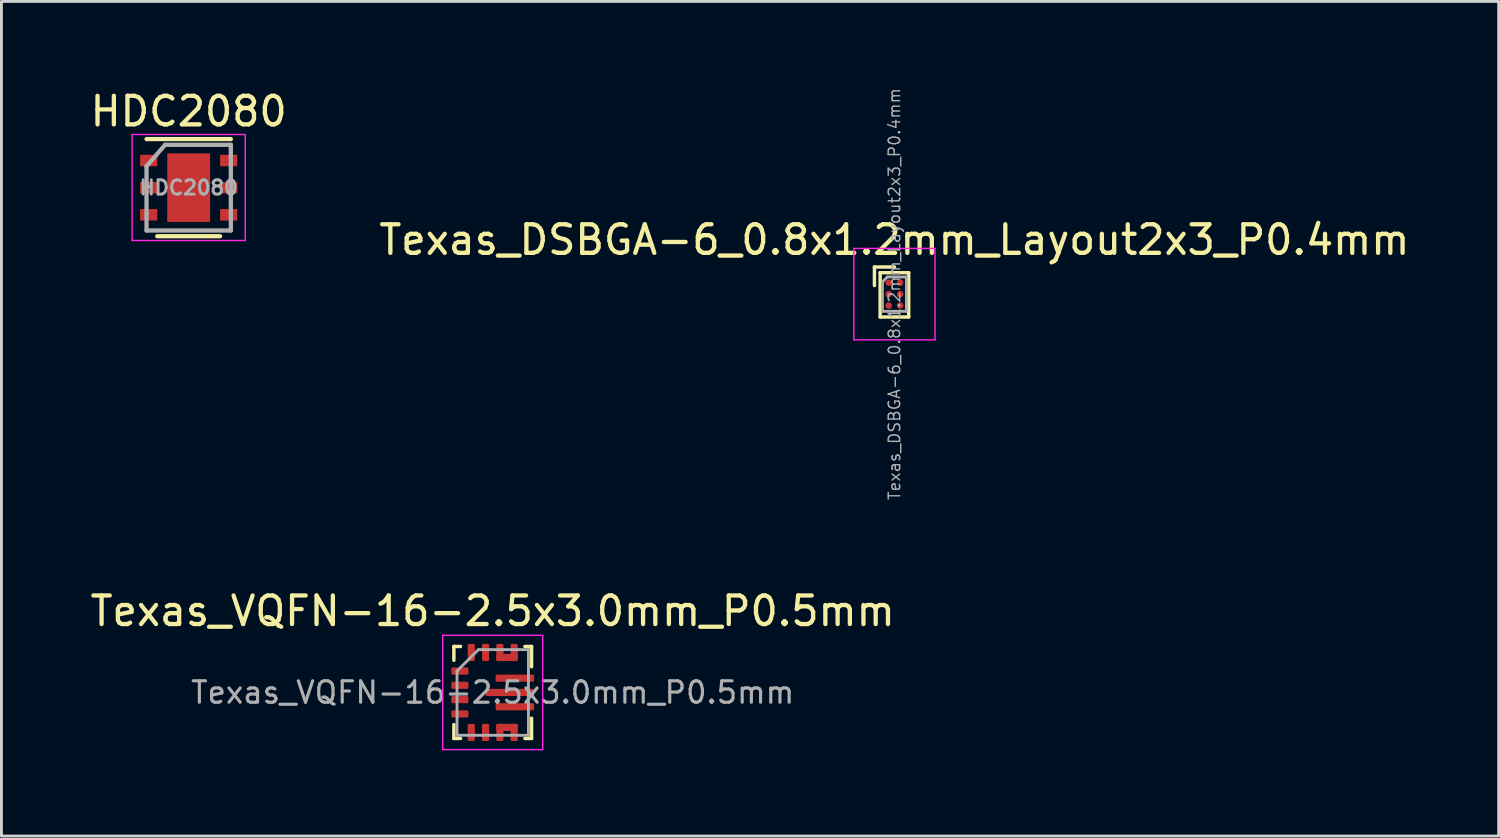
<source format=kicad_pcb>
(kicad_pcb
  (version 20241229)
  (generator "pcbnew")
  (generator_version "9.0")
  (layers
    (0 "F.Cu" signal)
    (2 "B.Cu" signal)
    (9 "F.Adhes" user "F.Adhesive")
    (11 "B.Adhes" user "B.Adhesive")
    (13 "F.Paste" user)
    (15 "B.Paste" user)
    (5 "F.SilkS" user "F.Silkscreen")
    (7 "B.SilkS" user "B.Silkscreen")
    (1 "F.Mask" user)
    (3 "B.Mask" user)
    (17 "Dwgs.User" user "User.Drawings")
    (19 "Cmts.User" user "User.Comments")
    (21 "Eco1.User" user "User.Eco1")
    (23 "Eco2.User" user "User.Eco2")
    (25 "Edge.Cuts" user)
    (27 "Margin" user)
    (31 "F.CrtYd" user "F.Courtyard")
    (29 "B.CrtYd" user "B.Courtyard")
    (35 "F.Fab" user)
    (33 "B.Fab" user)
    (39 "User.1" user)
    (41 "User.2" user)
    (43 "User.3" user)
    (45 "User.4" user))
  (footprint "Texas_DSBGA-6_0.8x1.2mm_Layout2x3_P0.4mm"
    (layer "F.Cu")
    (at 28.256 7.245)
    (property "Reference" "Texas_DSBGA-6_0.8x1.2mm_Layout2x3_P0.4mm" (at 0 -1.9 0) (layer "F.SilkS") (effects (font (size 1 1) (thickness 0.15))))
    (attr smd)
    (fp_line (start -0.7 -0.95) (end -0.7 -0.3) (stroke (width 0.12) (type solid)) (layer "F.SilkS"))
    (fp_line (start -0.5 -0.75) (end -0.5 0.8) (stroke (width 0.12) (type solid)) (layer "F.SilkS"))
    (fp_line (start -0.5 0.8) (end 0.5 0.8) (stroke (width 0.12) (type solid)) (layer "F.SilkS"))
    (fp_line (start 0 -0.95) (end -0.7 -0.95) (stroke (width 0.12) (type solid)) (layer "F.SilkS"))
    (fp_line (start 0.5 -0.75) (end -0.5 -0.75) (stroke (width 0.12) (type solid)) (layer "F.SilkS"))
    (fp_line (start 0.5 -0.75) (end 0.5 0.8) (stroke (width 0.12) (type solid)) (layer "F.SilkS"))
    (fp_line (start -1.42 -1.6) (end -1.42 1.6) (stroke (width 0.05) (type solid)) (layer "F.CrtYd"))
    (fp_line (start -1.42 -1.6) (end 1.42 -1.6) (stroke (width 0.05) (type solid)) (layer "F.CrtYd"))
    (fp_line (start 1.42 1.6) (end -1.42 1.6) (stroke (width 0.05) (type solid)) (layer "F.CrtYd"))
    (fp_line (start 1.42 1.6) (end 1.42 -1.6) (stroke (width 0.05) (type solid)) (layer "F.CrtYd"))
    (fp_line (start -0.42 -0.43) (end -0.42 0.6) (stroke (width 0.1) (type solid)) (layer "F.Fab"))
    (fp_line (start -0.42 -0.43) (end -0.25 -0.6) (stroke (width 0.1) (type solid)) (layer "F.Fab"))
    (fp_line (start -0.42 0.6) (end 0.42 0.6) (stroke (width 0.1) (type solid)) (layer "F.Fab"))
    (fp_line (start 0.42 -0.6) (end -0.25 -0.6) (stroke (width 0.1) (type solid)) (layer "F.Fab"))
    (fp_line (start 0.42 0.6) (end 0.42 -0.6) (stroke (width 0.1) (type solid)) (layer "F.Fab"))
    (fp_text user "${REFERENCE}" (at 0 0 90) (layer "F.Fab") (effects (font (size 0.4 0.4) (thickness 0.05))))
    (pad "" smd rect (at -0.2 -0.4) (size 0.3 0.3) (layers "F.Paste"))
    (pad "" smd rect (at -0.2 0) (size 0.3 0.3) (layers "F.Paste"))
    (pad "" smd rect (at -0.2 0.4) (size 0.3 0.3) (layers "F.Paste"))
    (pad "" smd rect (at 0.2 -0.4) (size 0.3 0.3) (layers "F.Paste"))
    (pad "" smd rect (at 0.2 0) (size 0.3 0.3) (layers "F.Paste"))
    (pad "" smd rect (at 0.2 0.4) (size 0.3 0.3) (layers "F.Paste"))
    (pad "A1" smd circle (at -0.2 -0.4) (size 0.23 0.23) (layers "F.Cu" "F.Mask"))
    (pad "A2" smd circle (at 0.2 -0.4) (size 0.23 0.23) (layers "F.Cu" "F.Mask"))
    (pad "B1" smd circle (at -0.2 0) (size 0.23 0.23) (layers "F.Cu" "F.Mask"))
    (pad "B2" smd circle (at 0.2 0) (size 0.23 0.23) (layers "F.Cu" "F.Mask"))
    (pad "C1" smd circle (at -0.2 0.4) (size 0.23 0.23) (layers "F.Cu" "F.Mask"))
    (pad "C2" smd circle (at 0.2 0.4) (size 0.23 0.23) (layers "F.Cu" "F.Mask")))
  (footprint "Texas_VQFN-16-2.5x3.0mm_P0.5mm"
    (layer "F.Cu")
    (at 14.196 21.187)
    (property "Reference" "Texas_VQFN-16-2.5x3.0mm_P0.5mm" (at 0 -2.85 0) (layer "F.SilkS") (effects (font (size 1 1) (thickness 0.15))))
    (attr smd)
    (fp_line (start -1.36 -1.61) (end -1.36 -1.125) (stroke (width 0.12) (type solid)) (layer "F.SilkS"))
    (fp_line (start -1.36 -1.61) (end -1.125 -1.61) (stroke (width 0.12) (type solid)) (layer "F.SilkS"))
    (fp_line (start -1.36 1.61) (end -1.36 1.125) (stroke (width 0.12) (type solid)) (layer "F.SilkS"))
    (fp_line (start -1.36 1.61) (end -1.125 1.61) (stroke (width 0.12) (type solid)) (layer "F.SilkS"))
    (fp_line (start 1.36 -1.61) (end 1.125 -1.61) (stroke (width 0.12) (type solid)) (layer "F.SilkS"))
    (fp_line (start 1.36 -1.61) (end 1.36 -0.9) (stroke (width 0.12) (type solid)) (layer "F.SilkS"))
    (fp_line (start 1.36 1.61) (end 1.125 1.61) (stroke (width 0.12) (type solid)) (layer "F.SilkS"))
    (fp_line (start 1.36 1.61) (end 1.36 0.9) (stroke (width 0.12) (type solid)) (layer "F.SilkS"))
    (fp_line (start -1.75 -2) (end -1.75 2) (stroke (width 0.05) (type solid)) (layer "F.CrtYd"))
    (fp_line (start -1.75 -2) (end 1.75 -2) (stroke (width 0.05) (type solid)) (layer "F.CrtYd"))
    (fp_line (start -1.75 2) (end 1.75 2) (stroke (width 0.05) (type solid)) (layer "F.CrtYd"))
    (fp_line (start 1.75 -2) (end 1.75 2) (stroke (width 0.05) (type solid)) (layer "F.CrtYd"))
    (fp_line (start -1.25 -0.75) (end -0.5 -1.5) (stroke (width 0.1) (type solid)) (layer "F.Fab"))
    (fp_line (start -1.25 1.5) (end -1.25 -0.75) (stroke (width 0.1) (type solid)) (layer "F.Fab"))
    (fp_line (start -0.5 -1.5) (end 1.25 -1.5) (stroke (width 0.1) (type solid)) (layer "F.Fab"))
    (fp_line (start 1.25 -1.5) (end 1.25 1.5) (stroke (width 0.1) (type solid)) (layer "F.Fab"))
    (fp_line (start 1.25 1.5) (end -1.25 1.5) (stroke (width 0.1) (type solid)) (layer "F.Fab"))
    (fp_text user "${REFERENCE}" (at 0 0 0) (layer "F.Fab") (effects (font (size 0.75 0.75) (thickness 0.11))))
    (pad "1" smd roundrect (at -1.15 -0.75) (size 0.6 0.25) (layers "F.Cu" "F.Mask" "F.Paste") (roundrect_rratio 0.2))
    (pad "2" smd roundrect (at -1.15 -0.25) (size 0.6 0.25) (layers "F.Cu" "F.Mask" "F.Paste") (roundrect_rratio 0.2))
    (pad "3" smd roundrect (at -1.15 0.25) (size 0.6 0.25) (layers "F.Cu" "F.Mask" "F.Paste") (roundrect_rratio 0.2))
    (pad "4" smd roundrect (at -1.15 0.75) (size 0.6 0.25) (layers "F.Cu" "F.Mask" "F.Paste") (roundrect_rratio 0.2))
    (pad "5" smd roundrect (at -0.75 1.4 90) (size 0.6 0.25) (layers "F.Cu" "F.Mask" "F.Paste") (roundrect_rratio 0.2))
    (pad "6" smd roundrect (at -0.25 1.4 90) (size 0.6 0.25) (layers "F.Cu" "F.Mask" "F.Paste") (roundrect_rratio 0.2))
    (pad "7" smd roundrect (at 0.25 1.4 90) (size 0.6 0.25) (layers "F.Cu" "F.Mask" "F.Paste") (roundrect_rratio 0.2))
    (pad "7" smd roundrect (at 0.5 1.225 90) (size 0.25 0.75) (layers "F.Cu" "F.Mask" "F.Paste") (roundrect_rratio 0.2))
    (pad "8" smd roundrect (at 0.75 1.4 90) (size 0.6 0.25) (layers "F.Cu" "F.Mask" "F.Paste") (roundrect_rratio 0.2))
    (pad "9" smd roundrect (at 0.775 0.5) (size 1.35 0.25) (layers "F.Cu" "F.Mask" "F.Paste") (roundrect_rratio 0.2))
    (pad "10" smd roundrect (at 0.6 0) (size 1.7 0.25) (layers "F.Cu" "F.Mask" "F.Paste") (roundrect_rratio 0.2))
    (pad "11" smd roundrect (at 0.775 -0.5) (size 1.35 0.25) (layers "F.Cu" "F.Mask" "F.Paste") (roundrect_rratio 0.2))
    (pad "12" smd roundrect (at 0.5 -1.225 90) (size 0.25 0.75) (layers "F.Cu" "F.Mask" "F.Paste") (roundrect_rratio 0.2))
    (pad "12" smd roundrect (at 0.75 -1.4 90) (size 0.6 0.25) (layers "F.Cu" "F.Mask" "F.Paste") (roundrect_rratio 0.2))
    (pad "13" smd roundrect (at 0.25 -1.4 90) (size 0.6 0.25) (layers "F.Cu" "F.Mask" "F.Paste") (roundrect_rratio 0.2))
    (pad "14" smd roundrect (at -0.25 -1.4 90) (size 0.6 0.25) (layers "F.Cu" "F.Mask" "F.Paste") (roundrect_rratio 0.2))
    (pad "15" smd roundrect (at -0.75 -1.4 90) (size 0.6 0.25) (layers "F.Cu" "F.Mask" "F.Paste") (roundrect_rratio 0.2)))
  (footprint "HDC2080"
    (layer "F.Cu")
    (at 3.554 3.518)
    (property "Reference" "HDC2080" (at 0 -2.67 0) (layer "F.SilkS") (effects (font (size 1 1) (thickness 0.15))))
    (attr smd)
    (fp_line (start 1.1 1.7) (end -1.1 1.7) (stroke (width 0.15) (type solid)) (layer "F.SilkS"))
    (fp_line (start 1.475 -1.7) (end -1.475 -1.7) (stroke (width 0.15) (type solid)) (layer "F.SilkS"))
    (fp_line (start -1.98 -1.86) (end 1.98 -1.86) (stroke (width 0.05) (type solid)) (layer "F.CrtYd"))
    (fp_line (start -1.98 1.85) (end -1.98 -1.85) (stroke (width 0.05) (type solid)) (layer "F.CrtYd"))
    (fp_line (start -1.98 1.85) (end 1.98 1.85) (stroke (width 0.05) (type solid)) (layer "F.CrtYd"))
    (fp_line (start 1.98 1.85) (end 1.98 -1.85) (stroke (width 0.05) (type solid)) (layer "F.CrtYd"))
    (fp_line (start -1.475 -0.75) (end -0.825 -1.5) (stroke (width 0.15) (type solid)) (layer "F.Fab"))
    (fp_line (start -1.475 1.5) (end -1.475 -0.75) (stroke (width 0.15) (type solid)) (layer "F.Fab"))
    (fp_line (start 1.475 -1.5) (end -0.825 -1.5) (stroke (width 0.15) (type solid)) (layer "F.Fab"))
    (fp_line (start 1.475 -1.5) (end 1.475 1.5) (stroke (width 0.15) (type solid)) (layer "F.Fab"))
    (fp_line (start 1.475 1.5) (end -1.475 1.5) (stroke (width 0.15) (type solid)) (layer "F.Fab"))
    (fp_text user "${REFERENCE}" (at 0 0 0) (layer "F.Fab") (effects (font (size 0.5 0.5) (thickness 0.1))))
    (pad "1" smd rect (at -1.4 -0.95) (size 0.6 0.4) (layers "F.Cu" "F.Mask" "F.Paste"))
    (pad "2" smd rect (at -1.4 0) (size 0.6 0.4) (layers "F.Cu" "F.Mask" "F.Paste"))
    (pad "3" smd rect (at -1.4 0.95) (size 0.6 0.4) (layers "F.Cu" "F.Mask" "F.Paste"))
    (pad "4" smd rect (at 1.4 0.95) (size 0.6 0.4) (layers "F.Cu" "F.Mask" "F.Paste"))
    (pad "5" smd rect (at 1.4 0) (size 0.6 0.4) (layers "F.Cu" "F.Mask" "F.Paste"))
    (pad "6" smd rect (at 1.4 -0.95) (size 0.6 0.4) (layers "F.Cu" "F.Mask" "F.Paste"))
    (pad "7" smd rect (at 0 0) (size 1.5 2.4) (layers "F.Cu" "F.Mask" "F.Paste")))
  (gr_rect
    (start -3 -3)
    (end 49.405 26.212)
    (stroke (width 0.1) (type default))
    (fill no)
    (layer "Edge.Cuts")))
</source>
